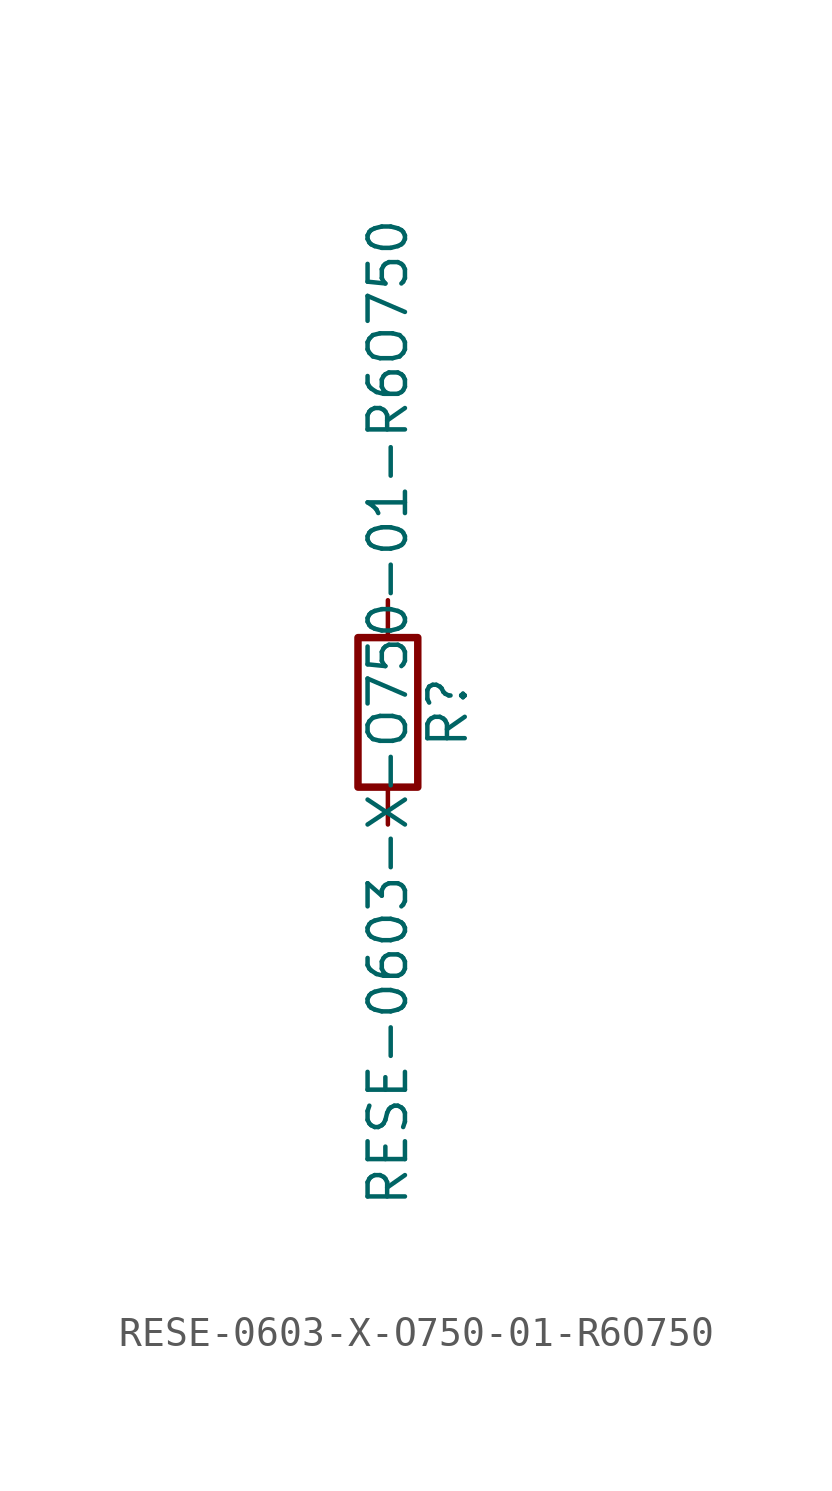
<source format=kicad_sym>
(kicad_symbol_lib
  (version 20211014)
  (generator kicad_symbol_editor)
  (symbol "RESE-0603-X-O750-01-R6O750"
    (pin_numbers hide)
    (pin_names
      (offset 0))
    (property "Reference" "R"
      (at 2.032 0 90)
      (effects (font (size 1.27 1.27))))
    (property "Value" "RESE-0603-X-O750-01-R6O750"
      (at 0 0 90)
      (effects (font (size 1.27 1.27))))
    (symbol "RESE-0603-X-O750-01-R6O750_0_1"
      (rectangle (start -1.016 -2.54) (end 1.016 2.54) (stroke (width 0.254) (type default) (color 0 0 0 0)) (fill (type none))))
    (symbol "RESE-0603-X-O750-01-R6O750_1_1"
      (pin passive line (at 0 3.81 270) (length 1.27) (name "~" (effects (font (size 1.27 1.27)))) (number "1" (effects (font (size 1.27 1.27)))))
      (pin passive line (at 0 -3.81 90) (length 1.27) (name "~" (effects (font (size 1.27 1.27)))) (number "2" (effects (font (size 1.27 1.27))))))))
</source>
